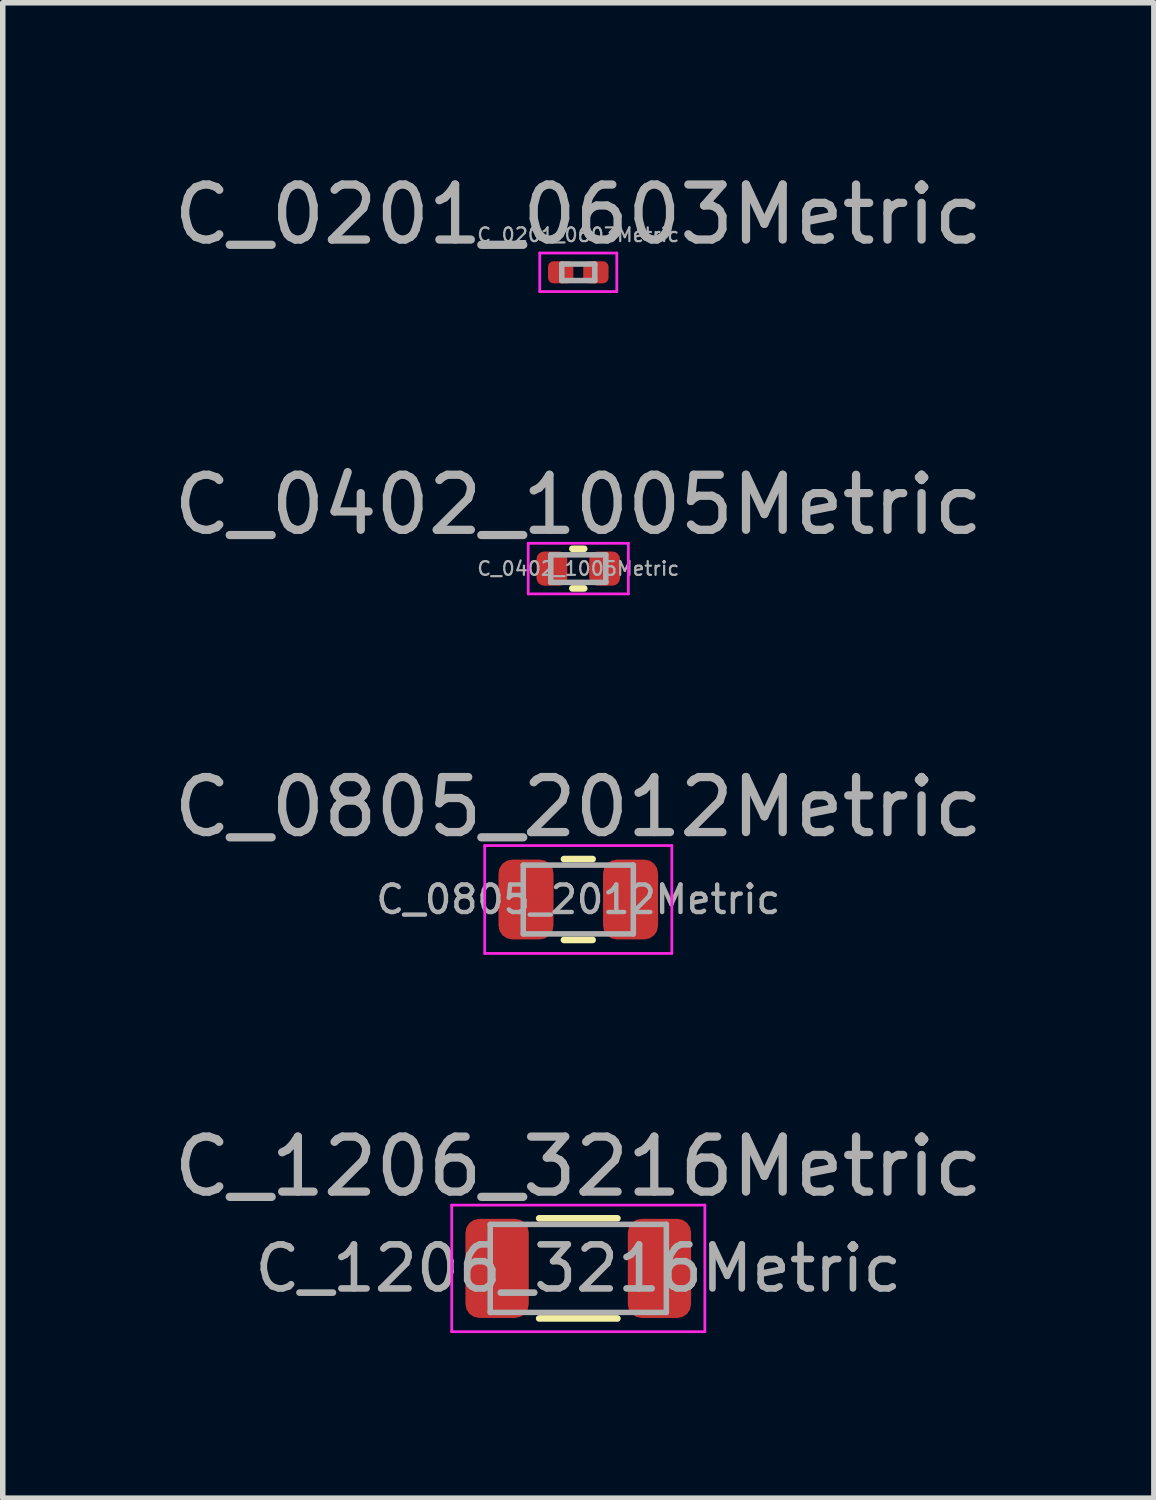
<source format=kicad_pcb>
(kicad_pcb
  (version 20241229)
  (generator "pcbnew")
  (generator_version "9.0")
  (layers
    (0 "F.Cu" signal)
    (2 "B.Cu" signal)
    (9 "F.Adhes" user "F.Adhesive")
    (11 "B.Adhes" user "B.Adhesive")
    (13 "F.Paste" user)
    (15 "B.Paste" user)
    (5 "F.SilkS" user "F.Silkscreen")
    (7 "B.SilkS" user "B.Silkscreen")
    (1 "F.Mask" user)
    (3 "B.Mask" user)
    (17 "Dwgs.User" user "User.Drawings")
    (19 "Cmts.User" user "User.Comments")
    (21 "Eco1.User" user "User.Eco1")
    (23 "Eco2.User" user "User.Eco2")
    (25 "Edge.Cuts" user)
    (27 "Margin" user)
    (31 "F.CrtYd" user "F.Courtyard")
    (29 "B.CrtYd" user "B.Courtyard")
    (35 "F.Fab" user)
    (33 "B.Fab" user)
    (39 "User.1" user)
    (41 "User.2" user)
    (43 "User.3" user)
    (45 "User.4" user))
  (footprint "C_0805_2012Metric"
    (layer "F.Cu")
    (at 7.458 13.295)
    (property "Reference" "C_0805_2012Metric" (at 0 -1.68 0) (layer "F.Fab") (effects (font (size 1 1) (thickness 0.15))))
    (attr smd)
    (fp_line (start -0.261 -0.735) (end 0.261 -0.735) (stroke (width 0.12) (type solid)) (layer "F.SilkS"))
    (fp_line (start -0.261 0.735) (end 0.261 0.735) (stroke (width 0.12) (type solid)) (layer "F.SilkS"))
    (fp_line (start -1.7 -0.98) (end 1.7 -0.98) (stroke (width 0.05) (type solid)) (layer "F.CrtYd"))
    (fp_line (start -1.7 0.98) (end -1.7 -0.98) (stroke (width 0.05) (type solid)) (layer "F.CrtYd"))
    (fp_line (start 1.7 -0.98) (end 1.7 0.98) (stroke (width 0.05) (type solid)) (layer "F.CrtYd"))
    (fp_line (start 1.7 0.98) (end -1.7 0.98) (stroke (width 0.05) (type solid)) (layer "F.CrtYd"))
    (fp_line (start -1 -0.625) (end 1 -0.625) (stroke (width 0.1) (type solid)) (layer "F.Fab"))
    (fp_line (start -1 0.625) (end -1 -0.625) (stroke (width 0.1) (type solid)) (layer "F.Fab"))
    (fp_line (start 1 -0.625) (end 1 0.625) (stroke (width 0.1) (type solid)) (layer "F.Fab"))
    (fp_line (start 1 0.625) (end -1 0.625) (stroke (width 0.1) (type solid)) (layer "F.Fab"))
    (fp_text user "${REFERENCE}" (at 0 0 0) (layer "F.Fab") (effects (font (size 0.5 0.5) (thickness 0.08))))
    (pad "1" smd roundrect (at -0.95 0 180) (size 1 1.45) (layers "F.Cu" "F.Mask" "F.Paste") (roundrect_rratio 0.25))
    (pad "2" smd roundrect (at 0.95 0 180) (size 1 1.45) (layers "F.Cu" "F.Mask" "F.Paste") (roundrect_rratio 0.25)))
  (footprint "C_0402_1005Metric"
    (layer "F.Cu")
    (at 7.458 7.282)
    (property "Reference" "C_0402_1005Metric" (at 0 -1.16 0) (layer "F.Fab") (effects (font (size 1 1) (thickness 0.15))))
    (attr smd)
    (fp_line (start -0.108 -0.36) (end 0.108 -0.36) (stroke (width 0.12) (type solid)) (layer "F.SilkS"))
    (fp_line (start -0.108 0.36) (end 0.108 0.36) (stroke (width 0.12) (type solid)) (layer "F.SilkS"))
    (fp_line (start -0.91 -0.46) (end 0.91 -0.46) (stroke (width 0.05) (type solid)) (layer "F.CrtYd"))
    (fp_line (start -0.91 0.46) (end -0.91 -0.46) (stroke (width 0.05) (type solid)) (layer "F.CrtYd"))
    (fp_line (start 0.91 -0.46) (end 0.91 0.46) (stroke (width 0.05) (type solid)) (layer "F.CrtYd"))
    (fp_line (start 0.91 0.46) (end -0.91 0.46) (stroke (width 0.05) (type solid)) (layer "F.CrtYd"))
    (fp_line (start -0.5 -0.25) (end 0.5 -0.25) (stroke (width 0.1) (type solid)) (layer "F.Fab"))
    (fp_line (start -0.5 0.25) (end -0.5 -0.25) (stroke (width 0.1) (type solid)) (layer "F.Fab"))
    (fp_line (start 0.5 -0.25) (end 0.5 0.25) (stroke (width 0.1) (type solid)) (layer "F.Fab"))
    (fp_line (start 0.5 0.25) (end -0.5 0.25) (stroke (width 0.1) (type solid)) (layer "F.Fab"))
    (fp_text user "${REFERENCE}" (at 0 0 0) (layer "F.Fab") (effects (font (size 0.25 0.25) (thickness 0.04))))
    (pad "1" smd roundrect (at -0.48 0 180) (size 0.56 0.62) (layers "F.Cu" "F.Mask" "F.Paste") (roundrect_rratio 0.25))
    (pad "2" smd roundrect (at 0.48 0 180) (size 0.56 0.62) (layers "F.Cu" "F.Mask" "F.Paste") (roundrect_rratio 0.25)))
  (footprint "C_0201_0603Metric"
    (layer "F.Cu")
    (at 7.458 1.898)
    (property "Reference" "C_0201_0603Metric" (at 0 -1.05 0) (layer "F.Fab") (effects (font (size 1 1) (thickness 0.15))))
    (attr smd)
    (fp_line (start -0.7 -0.35) (end 0.7 -0.35) (stroke (width 0.05) (type solid)) (layer "F.CrtYd"))
    (fp_line (start -0.7 0.35) (end -0.7 -0.35) (stroke (width 0.05) (type solid)) (layer "F.CrtYd"))
    (fp_line (start 0.7 -0.35) (end 0.7 0.35) (stroke (width 0.05) (type solid)) (layer "F.CrtYd"))
    (fp_line (start 0.7 0.35) (end -0.7 0.35) (stroke (width 0.05) (type solid)) (layer "F.CrtYd"))
    (fp_line (start -0.3 -0.15) (end 0.3 -0.15) (stroke (width 0.1) (type solid)) (layer "F.Fab"))
    (fp_line (start -0.3 0.15) (end -0.3 -0.15) (stroke (width 0.1) (type solid)) (layer "F.Fab"))
    (fp_line (start 0.3 -0.15) (end 0.3 0.15) (stroke (width 0.1) (type solid)) (layer "F.Fab"))
    (fp_line (start 0.3 0.15) (end -0.3 0.15) (stroke (width 0.1) (type solid)) (layer "F.Fab"))
    (fp_text user "${REFERENCE}" (at 0 -0.68 0) (layer "F.Fab") (effects (font (size 0.25 0.25) (thickness 0.04))))
    (pad "" smd roundrect (at -0.345 0 180) (size 0.318 0.36) (layers "F.Paste") (roundrect_rratio 0.25))
    (pad "" smd roundrect (at 0.345 0 180) (size 0.318 0.36) (layers "F.Paste") (roundrect_rratio 0.25))
    (pad "1" smd roundrect (at -0.32 0 180) (size 0.46 0.4) (layers "F.Cu" "F.Mask") (roundrect_rratio 0.25))
    (pad "2" smd roundrect (at 0.32 0 180) (size 0.46 0.4) (layers "F.Cu" "F.Mask") (roundrect_rratio 0.25)))
  (footprint "C_1206_3216Metric"
    (layer "F.Cu")
    (at 7.458 19.998)
    (property "Reference" "C_1206_3216Metric" (at 0 -1.85 0) (layer "F.Fab") (effects (font (size 1 1) (thickness 0.15))))
    (attr smd)
    (fp_line (start -0.711 -0.91) (end 0.711 -0.91) (stroke (width 0.12) (type solid)) (layer "F.SilkS"))
    (fp_line (start -0.711 0.91) (end 0.711 0.91) (stroke (width 0.12) (type solid)) (layer "F.SilkS"))
    (fp_line (start -2.3 -1.15) (end 2.3 -1.15) (stroke (width 0.05) (type solid)) (layer "F.CrtYd"))
    (fp_line (start -2.3 1.15) (end -2.3 -1.15) (stroke (width 0.05) (type solid)) (layer "F.CrtYd"))
    (fp_line (start 2.3 -1.15) (end 2.3 1.15) (stroke (width 0.05) (type solid)) (layer "F.CrtYd"))
    (fp_line (start 2.3 1.15) (end -2.3 1.15) (stroke (width 0.05) (type solid)) (layer "F.CrtYd"))
    (fp_line (start -1.6 -0.8) (end 1.6 -0.8) (stroke (width 0.1) (type solid)) (layer "F.Fab"))
    (fp_line (start -1.6 0.8) (end -1.6 -0.8) (stroke (width 0.1) (type solid)) (layer "F.Fab"))
    (fp_line (start 1.6 -0.8) (end 1.6 0.8) (stroke (width 0.1) (type solid)) (layer "F.Fab"))
    (fp_line (start 1.6 0.8) (end -1.6 0.8) (stroke (width 0.1) (type solid)) (layer "F.Fab"))
    (fp_text user "${REFERENCE}" (at 0 0 0) (layer "F.Fab") (effects (font (size 0.8 0.8) (thickness 0.12))))
    (pad "1" smd roundrect (at -1.475 0 180) (size 1.15 1.8) (layers "F.Cu" "F.Mask" "F.Paste") (roundrect_rratio 0.217))
    (pad "2" smd roundrect (at 1.475 0 180) (size 1.15 1.8) (layers "F.Cu" "F.Mask" "F.Paste") (roundrect_rratio 0.217)))
  (gr_rect
    (start -3 -3)
    (end 17.917 24.173)
    (stroke (width 0.1) (type default))
    (fill no)
    (layer "Edge.Cuts")))
</source>
